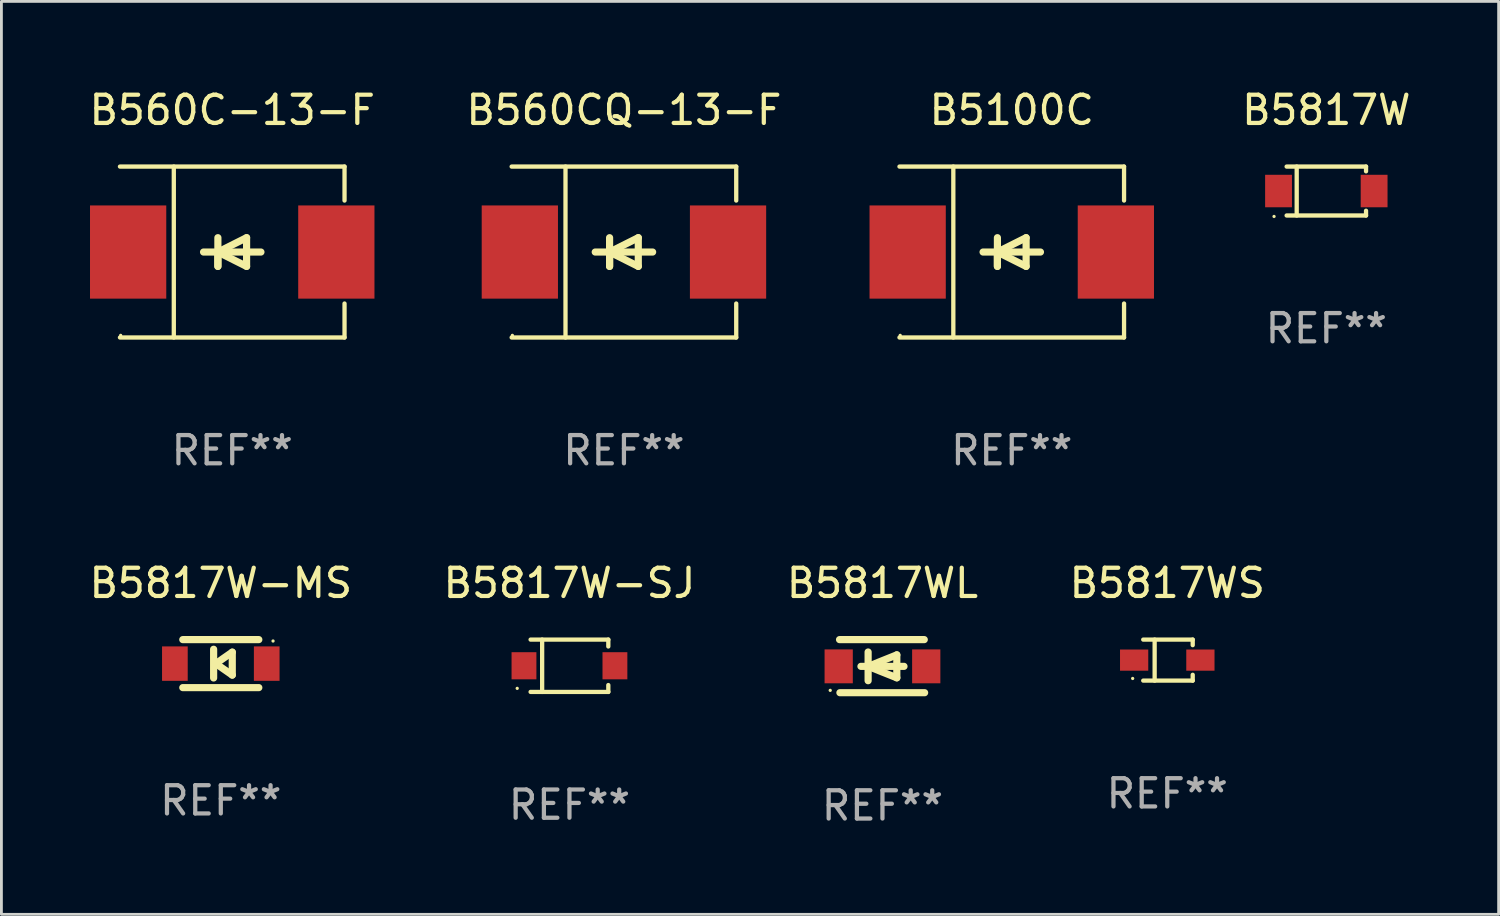
<source format=kicad_pcb>
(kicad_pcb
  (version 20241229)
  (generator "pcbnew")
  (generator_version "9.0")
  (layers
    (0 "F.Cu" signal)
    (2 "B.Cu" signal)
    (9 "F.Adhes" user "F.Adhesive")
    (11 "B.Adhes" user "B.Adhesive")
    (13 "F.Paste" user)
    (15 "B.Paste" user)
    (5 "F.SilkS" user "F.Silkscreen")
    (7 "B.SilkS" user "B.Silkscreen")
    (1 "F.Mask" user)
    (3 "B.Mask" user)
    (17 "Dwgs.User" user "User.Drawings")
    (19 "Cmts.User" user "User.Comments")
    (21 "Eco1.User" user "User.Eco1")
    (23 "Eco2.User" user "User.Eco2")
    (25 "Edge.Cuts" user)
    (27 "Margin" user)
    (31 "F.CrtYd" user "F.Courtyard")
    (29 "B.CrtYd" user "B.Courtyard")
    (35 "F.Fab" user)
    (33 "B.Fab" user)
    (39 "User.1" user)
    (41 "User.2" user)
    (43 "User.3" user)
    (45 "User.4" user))
  (footprint "B5817W"
    (layer "F.Cu")
    (at 43.912 3.714)
    (property "Reference" "B5817W" (at 0 -2.866 0) (layer "F.SilkS") (effects (font (size 1 1) (thickness 0.15))))
    (attr through_hole)
    (fp_line (start -1.406 -0.866) (end 1.406 -0.866) (stroke (width 0.152) (type solid)) (layer "F.SilkS"))
    (fp_line (start -1.406 0.866) (end 1.406 0.866) (stroke (width 0.152) (type solid)) (layer "F.SilkS"))
    (fp_line (start -1.049 -0.866) (end -1.049 0.866) (stroke (width 0.152) (type solid)) (layer "F.SilkS"))
    (fp_line (start 1.406 -0.866) (end 1.406 -0.698) (stroke (width 0.152) (type solid)) (layer "F.SilkS"))
    (fp_line (start 1.406 0.866) (end 1.406 0.698) (stroke (width 0.152) (type solid)) (layer "F.SilkS"))
    (fp_circle (center -1.851 0.9) (end -1.821 0.9) (stroke (width 0.06) (type solid)) (fill no) (layer "F.SilkS"))
    (fp_text user "REF**" (at 0 4.866 0) (layer "F.Fab") (effects (font (size 1 1) (thickness 0.15))))
    (pad "1" smd rect (at -1.692 0) (size 0.95 1.15) (layers "F.Cu" "F.Mask" "F.Paste"))
    (pad "2" smd rect (at 1.692 0) (size 0.95 1.15) (layers "F.Cu" "F.Mask" "F.Paste")))
  (footprint "B5817W-MS"
    (layer "F.Cu")
    (at 4.768 20.447)
    (property "Reference" "B5817W-MS" (at 0 -2.85 0) (layer "F.SilkS") (effects (font (size 1 1) (thickness 0.15))))
    (attr through_hole)
    (fp_line (start -1.346 -0.85) (end 1.346 -0.85) (stroke (width 0.254) (type solid)) (layer "F.SilkS"))
    (fp_line (start -0.254 -0.508) (end -0.254 0.508) (stroke (width 0.254) (type solid)) (layer "F.SilkS"))
    (fp_line (start -0.178 0) (end 0.406 -0.406) (stroke (width 0.254) (type solid)) (layer "F.SilkS"))
    (fp_line (start 0.406 -0.406) (end 0.406 0.406) (stroke (width 0.254) (type solid)) (layer "F.SilkS"))
    (fp_line (start 0.406 0.406) (end -0.178 0) (stroke (width 0.254) (type solid)) (layer "F.SilkS"))
    (fp_line (start 1.346 0.85) (end -1.346 0.85) (stroke (width 0.254) (type solid)) (layer "F.SilkS"))
    (fp_circle (center 1.85 -0.8) (end 1.88 -0.8) (stroke (width 0.06) (type solid)) (fill no) (layer "F.SilkS"))
    (fp_text user "REF**" (at 0 4.85 0) (layer "F.Fab") (effects (font (size 1 1) (thickness 0.15))))
    (pad "1" smd rect (at 1.626 0) (size 0.909 1.219) (layers "F.Cu" "F.Mask" "F.Paste"))
    (pad "2" smd rect (at -1.626 0) (size 0.909 1.219) (layers "F.Cu" "F.Mask" "F.Paste")))
  (footprint "B5817W-SJ"
    (layer "F.Cu")
    (at 17.113 20.523)
    (property "Reference" "B5817W-SJ" (at 0 -2.926 0) (layer "F.SilkS") (effects (font (size 1 1) (thickness 0.15))))
    (attr through_hole)
    (fp_line (start -1.376 -0.926) (end 1.376 -0.926) (stroke (width 0.152) (type solid)) (layer "F.SilkS"))
    (fp_line (start -1.376 0.926) (end 1.376 0.926) (stroke (width 0.152) (type solid)) (layer "F.SilkS"))
    (fp_line (start -0.967 -0.926) (end -0.967 0.926) (stroke (width 0.152) (type solid)) (layer "F.SilkS"))
    (fp_line (start 1.376 -0.926) (end 1.376 -0.683) (stroke (width 0.152) (type solid)) (layer "F.SilkS"))
    (fp_line (start 1.376 0.926) (end 1.376 0.683) (stroke (width 0.152) (type solid)) (layer "F.SilkS"))
    (fp_circle (center -1.85 0.8) (end -1.82 0.8) (stroke (width 0.06) (type solid)) (fill no) (layer "F.SilkS"))
    (fp_text user "REF**" (at 0 4.926 0) (layer "F.Fab") (effects (font (size 1 1) (thickness 0.15))))
    (pad "1" smd rect (at -1.61 0) (size 0.88 0.96) (layers "F.Cu" "F.Mask" "F.Paste"))
    (pad "2" smd rect (at 1.61 0) (size 0.88 0.96) (layers "F.Cu" "F.Mask" "F.Paste")))
  (footprint "B5100C"
    (layer "F.Cu")
    (at 32.774 5.874)
    (property "Reference" "B5100C" (at 0 -5.026 0) (layer "F.SilkS") (effects (font (size 1 1) (thickness 0.15))))
    (attr through_hole)
    (fp_line (start -3.976 -3.026) (end 3.976 -3.026) (stroke (width 0.152) (type solid)) (layer "F.SilkS"))
    (fp_line (start -3.976 3.026) (end 3.976 3.026) (stroke (width 0.152) (type solid)) (layer "F.SilkS"))
    (fp_line (start -2.069 -3.026) (end -2.069 3.026) (stroke (width 0.152) (type solid)) (layer "F.SilkS"))
    (fp_line (start -0.508 0) (end -0.508 0.508) (stroke (width 0.254) (type solid)) (layer "F.SilkS"))
    (fp_line (start -0.508 0) (end 0.508 0.508) (stroke (width 0.254) (type solid)) (layer "F.SilkS"))
    (fp_line (start -0.508 0.508) (end -0.508 -0.508) (stroke (width 0.254) (type solid)) (layer "F.SilkS"))
    (fp_line (start 0.508 -0.508) (end -0.508 0) (stroke (width 0.254) (type solid)) (layer "F.SilkS"))
    (fp_line (start 0.508 0.508) (end 0.508 -0.508) (stroke (width 0.254) (type solid)) (layer "F.SilkS"))
    (fp_line (start 1.016 0) (end -1.016 0) (stroke (width 0.254) (type solid)) (layer "F.SilkS"))
    (fp_line (start 3.976 -3.026) (end 3.976 -1.823) (stroke (width 0.152) (type solid)) (layer "F.SilkS"))
    (fp_line (start 3.976 3.026) (end 3.976 1.823) (stroke (width 0.152) (type solid)) (layer "F.SilkS"))
    (fp_circle (center -3.95 2.95) (end -3.92 2.95) (stroke (width 0.06) (type solid)) (fill no) (layer "F.SilkS"))
    (fp_text user "REF**" (at 0 7.026 0) (layer "F.Fab") (effects (font (size 1 1) (thickness 0.15))))
    (pad "1" smd rect (at -3.686 0) (size 2.7 3.3) (layers "F.Cu" "F.Mask" "F.Paste"))
    (pad "2" smd rect (at 3.686 0) (size 2.7 3.3) (layers "F.Cu" "F.Mask" "F.Paste")))
  (footprint "B560C-13-F"
    (layer "F.Cu")
    (at 5.173 5.874)
    (property "Reference" "B560C-13-F" (at 0 -5.026 0) (layer "F.SilkS") (effects (font (size 1 1) (thickness 0.15))))
    (attr through_hole)
    (fp_line (start -3.976 -3.026) (end 3.976 -3.026) (stroke (width 0.152) (type solid)) (layer "F.SilkS"))
    (fp_line (start -3.976 3.026) (end 3.976 3.026) (stroke (width 0.152) (type solid)) (layer "F.SilkS"))
    (fp_line (start -2.069 -3.026) (end -2.069 3.026) (stroke (width 0.152) (type solid)) (layer "F.SilkS"))
    (fp_line (start -0.508 0) (end -0.508 0.508) (stroke (width 0.254) (type solid)) (layer "F.SilkS"))
    (fp_line (start -0.508 0) (end 0.508 0.508) (stroke (width 0.254) (type solid)) (layer "F.SilkS"))
    (fp_line (start -0.508 0.508) (end -0.508 -0.508) (stroke (width 0.254) (type solid)) (layer "F.SilkS"))
    (fp_line (start 0.508 -0.508) (end -0.508 0) (stroke (width 0.254) (type solid)) (layer "F.SilkS"))
    (fp_line (start 0.508 0.508) (end 0.508 -0.508) (stroke (width 0.254) (type solid)) (layer "F.SilkS"))
    (fp_line (start 1.016 0) (end -1.016 0) (stroke (width 0.254) (type solid)) (layer "F.SilkS"))
    (fp_line (start 3.976 -3.026) (end 3.976 -1.823) (stroke (width 0.152) (type solid)) (layer "F.SilkS"))
    (fp_line (start 3.976 3.026) (end 3.976 1.823) (stroke (width 0.152) (type solid)) (layer "F.SilkS"))
    (fp_circle (center -3.95 2.95) (end -3.92 2.95) (stroke (width 0.06) (type solid)) (fill no) (layer "F.SilkS"))
    (fp_text user "REF**" (at 0 7.026 0) (layer "F.Fab") (effects (font (size 1 1) (thickness 0.15))))
    (pad "1" smd rect (at -3.686 0) (size 2.7 3.3) (layers "F.Cu" "F.Mask" "F.Paste"))
    (pad "2" smd rect (at 3.686 0) (size 2.7 3.3) (layers "F.Cu" "F.Mask" "F.Paste")))
  (footprint "B5817WL"
    (layer "F.Cu")
    (at 28.196 20.537)
    (property "Reference" "B5817WL" (at 0 -2.94 0) (layer "F.SilkS") (effects (font (size 1 1) (thickness 0.15))))
    (attr through_hole)
    (fp_line (start -1.52 -0.94) (end 1.48 -0.94) (stroke (width 0.254) (type solid)) (layer "F.SilkS"))
    (fp_line (start -1.507 0.94) (end 1.493 0.94) (stroke (width 0.254) (type solid)) (layer "F.SilkS"))
    (fp_line (start -0.762 0.007) (end 0.762 0.007) (stroke (width 0.254) (type solid)) (layer "F.SilkS"))
    (fp_line (start -0.508 -0.501) (end -0.508 0.515) (stroke (width 0.254) (type solid)) (layer "F.SilkS"))
    (fp_line (start -0.508 0.007) (end 0.508 -0.4) (stroke (width 0.254) (type solid)) (layer "F.SilkS"))
    (fp_line (start 0.508 -0.4) (end 0.508 0.413) (stroke (width 0.254) (type solid)) (layer "F.SilkS"))
    (fp_line (start 0.508 0.413) (end -0.508 0.007) (stroke (width 0.254) (type solid)) (layer "F.SilkS"))
    (fp_circle (center -1.85 0.857) (end -1.82 0.857) (stroke (width 0.06) (type solid)) (fill no) (layer "F.SilkS"))
    (fp_text user "REF**" (at 0 4.94 0) (layer "F.Fab") (effects (font (size 1 1) (thickness 0.15))))
    (pad "1" smd rect (at -1.55 0.007) (size 1 1.2) (layers "F.Cu" "F.Mask" "F.Paste"))
    (pad "2" smd rect (at 1.55 0.007) (size 1 1.2) (layers "F.Cu" "F.Mask" "F.Paste")))
  (footprint "B560CQ-13-F"
    (layer "F.Cu")
    (at 19.042 5.874)
    (property "Reference" "B560CQ-13-F" (at 0 -5.026 0) (layer "F.SilkS") (effects (font (size 1 1) (thickness 0.15))))
    (attr through_hole)
    (fp_line (start -3.976 -3.026) (end 3.976 -3.026) (stroke (width 0.152) (type solid)) (layer "F.SilkS"))
    (fp_line (start -3.976 3.026) (end 3.976 3.026) (stroke (width 0.152) (type solid)) (layer "F.SilkS"))
    (fp_line (start -2.069 -3.026) (end -2.069 3.026) (stroke (width 0.152) (type solid)) (layer "F.SilkS"))
    (fp_line (start -0.508 0) (end -0.508 0.508) (stroke (width 0.254) (type solid)) (layer "F.SilkS"))
    (fp_line (start -0.508 0) (end 0.508 0.508) (stroke (width 0.254) (type solid)) (layer "F.SilkS"))
    (fp_line (start -0.508 0.508) (end -0.508 -0.508) (stroke (width 0.254) (type solid)) (layer "F.SilkS"))
    (fp_line (start 0.508 -0.508) (end -0.508 0) (stroke (width 0.254) (type solid)) (layer "F.SilkS"))
    (fp_line (start 0.508 0.508) (end 0.508 -0.508) (stroke (width 0.254) (type solid)) (layer "F.SilkS"))
    (fp_line (start 1.016 0) (end -1.016 0) (stroke (width 0.254) (type solid)) (layer "F.SilkS"))
    (fp_line (start 3.976 -3.026) (end 3.976 -1.823) (stroke (width 0.152) (type solid)) (layer "F.SilkS"))
    (fp_line (start 3.976 3.026) (end 3.976 1.823) (stroke (width 0.152) (type solid)) (layer "F.SilkS"))
    (fp_circle (center -3.95 2.95) (end -3.92 2.95) (stroke (width 0.06) (type solid)) (fill no) (layer "F.SilkS"))
    (fp_text user "REF**" (at 0 7.026 0) (layer "F.Fab") (effects (font (size 1 1) (thickness 0.15))))
    (pad "1" smd rect (at -3.686 0) (size 2.7 3.3) (layers "F.Cu" "F.Mask" "F.Paste"))
    (pad "2" smd rect (at 3.686 0) (size 2.7 3.3) (layers "F.Cu" "F.Mask" "F.Paste")))
  (footprint "B5817WS"
    (layer "F.Cu")
    (at 38.28 20.323)
    (property "Reference" "B5817WS" (at 0 -2.726 0) (layer "F.SilkS") (effects (font (size 1 1) (thickness 0.15))))
    (attr through_hole)
    (fp_line (start -0.851 -0.726) (end 0.901 -0.726) (stroke (width 0.152) (type solid)) (layer "F.SilkS"))
    (fp_line (start -0.851 0.726) (end 0.901 0.726) (stroke (width 0.152) (type solid)) (layer "F.SilkS"))
    (fp_line (start -0.447 -0.726) (end -0.447 0.726) (stroke (width 0.152) (type solid)) (layer "F.SilkS"))
    (fp_line (start 0.901 -0.726) (end 0.901 -0.53) (stroke (width 0.152) (type solid)) (layer "F.SilkS"))
    (fp_line (start 0.901 0.726) (end 0.901 0.52) (stroke (width 0.152) (type solid)) (layer "F.SilkS"))
    (fp_circle (center -1.225 0.65) (end -1.195 0.65) (stroke (width 0.06) (type solid)) (fill no) (layer "F.SilkS"))
    (fp_text user "REF**" (at 0 4.726 0) (layer "F.Fab") (effects (font (size 1 1) (thickness 0.15))))
    (pad "1" smd rect (at -1.173 0) (size 1 0.75) (layers "F.Cu" "F.Mask" "F.Paste"))
    (pad "2" smd rect (at 1.173 0) (size 1 0.75) (layers "F.Cu" "F.Mask" "F.Paste")))
  (gr_rect
    (start -3 -3)
    (end 50.013 29.325)
    (stroke (width 0.1) (type default))
    (fill no)
    (layer "Edge.Cuts")))
</source>
